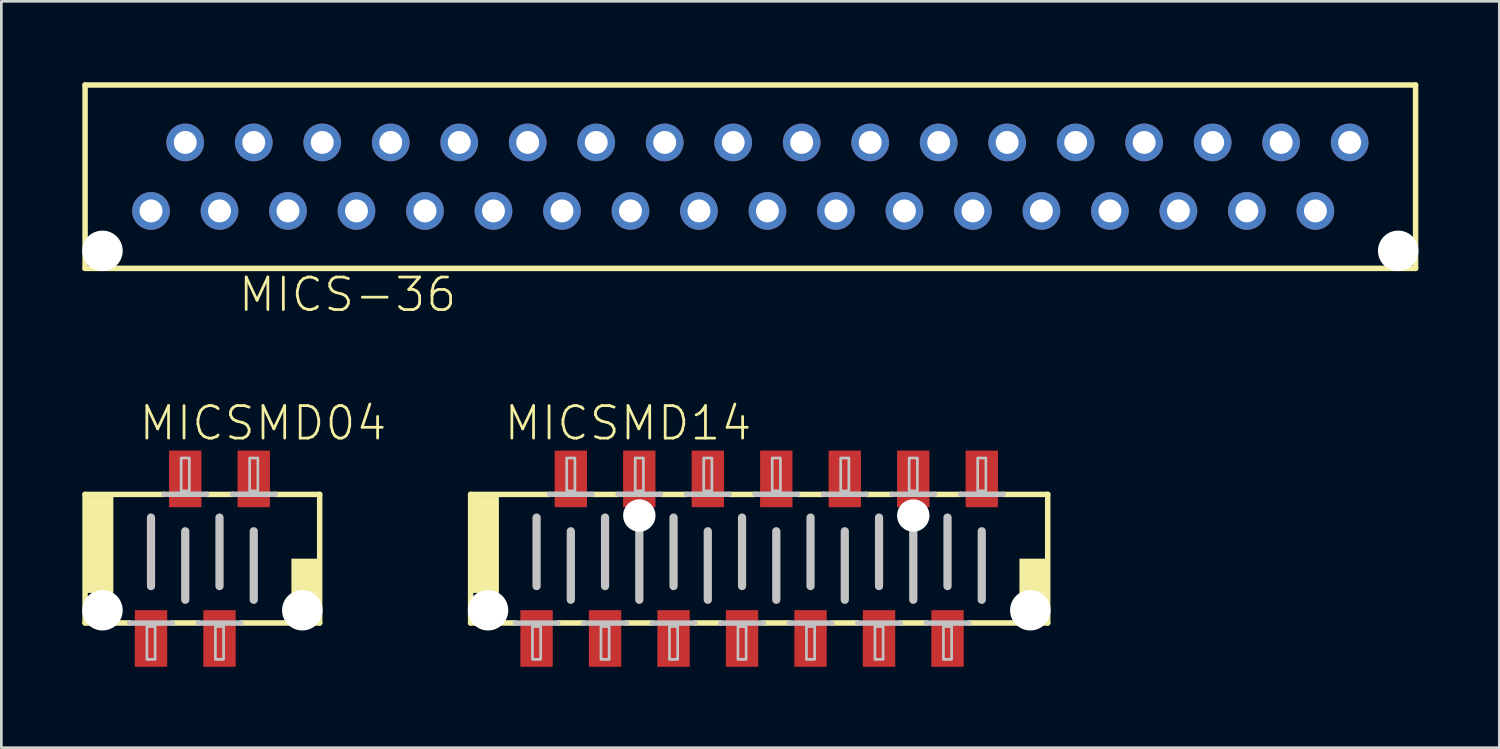
<source format=kicad_pcb>
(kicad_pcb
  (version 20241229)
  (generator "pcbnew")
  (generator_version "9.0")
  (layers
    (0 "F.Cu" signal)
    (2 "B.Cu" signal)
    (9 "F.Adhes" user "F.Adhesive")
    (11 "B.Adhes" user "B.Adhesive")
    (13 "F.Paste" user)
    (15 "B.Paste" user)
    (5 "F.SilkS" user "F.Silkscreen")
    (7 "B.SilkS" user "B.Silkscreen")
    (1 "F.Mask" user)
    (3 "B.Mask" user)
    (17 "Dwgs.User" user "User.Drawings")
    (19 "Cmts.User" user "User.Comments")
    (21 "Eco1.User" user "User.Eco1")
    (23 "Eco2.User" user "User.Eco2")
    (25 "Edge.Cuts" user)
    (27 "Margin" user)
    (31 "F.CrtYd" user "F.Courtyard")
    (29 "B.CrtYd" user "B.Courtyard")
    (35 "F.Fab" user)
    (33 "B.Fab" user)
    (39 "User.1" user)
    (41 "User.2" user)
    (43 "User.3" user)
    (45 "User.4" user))
  (footprint "MICSMD14"
    (layer "F.Cu")
    (at 25.103 17.668)
    (property "Reference" "MICSMD14" (at -9.525 -4.318 0) (layer "F.SilkS") (effects (font (size 1.206 1.206) (thickness 0.102)) (justify left bottom)))
    (attr through_hole)
    (fp_line (start -10.7 -2.384) (end -7.772 -2.384) (stroke (width 0.203) (type solid)) (layer "F.SilkS"))
    (fp_line (start -10.7 2.384) (end -10.7 -2.384) (stroke (width 0.203) (type solid)) (layer "F.SilkS"))
    (fp_line (start -9.042 2.384) (end -10.7 2.384) (stroke (width 0.203) (type solid)) (layer "F.SilkS"))
    (fp_line (start -6.502 2.384) (end -7.468 2.384) (stroke (width 0.203) (type solid)) (layer "F.SilkS"))
    (fp_line (start -6.198 -2.384) (end -5.232 -2.384) (stroke (width 0.203) (type solid)) (layer "F.SilkS"))
    (fp_line (start -3.962 2.384) (end -4.928 2.384) (stroke (width 0.203) (type solid)) (layer "F.SilkS"))
    (fp_line (start -3.658 -2.384) (end -2.692 -2.384) (stroke (width 0.203) (type solid)) (layer "F.SilkS"))
    (fp_line (start -1.422 2.384) (end -2.388 2.384) (stroke (width 0.203) (type solid)) (layer "F.SilkS"))
    (fp_line (start -1.118 -2.384) (end -0.152 -2.384) (stroke (width 0.203) (type solid)) (layer "F.SilkS"))
    (fp_line (start 1.118 2.384) (end 0.152 2.384) (stroke (width 0.203) (type solid)) (layer "F.SilkS"))
    (fp_line (start 1.422 -2.384) (end 2.388 -2.384) (stroke (width 0.203) (type solid)) (layer "F.SilkS"))
    (fp_line (start 3.658 2.384) (end 2.692 2.384) (stroke (width 0.203) (type solid)) (layer "F.SilkS"))
    (fp_line (start 3.962 -2.384) (end 4.928 -2.384) (stroke (width 0.203) (type solid)) (layer "F.SilkS"))
    (fp_line (start 6.198 2.384) (end 5.232 2.384) (stroke (width 0.203) (type solid)) (layer "F.SilkS"))
    (fp_line (start 6.502 -2.384) (end 7.468 -2.384) (stroke (width 0.203) (type solid)) (layer "F.SilkS"))
    (fp_line (start 9.042 -2.384) (end 10.7 -2.384) (stroke (width 0.203) (type solid)) (layer "F.SilkS"))
    (fp_line (start 10.7 -2.384) (end 10.7 2.384) (stroke (width 0.203) (type solid)) (layer "F.SilkS"))
    (fp_line (start 10.7 2.384) (end 7.772 2.384) (stroke (width 0.203) (type solid)) (layer "F.SilkS"))
    (fp_poly (pts (xy -10.668 1.27) (xy -9.652 1.27) (xy -9.652 -2.286) (xy -10.668 -2.286)) (stroke (width 0) (type solid)) (fill yes) (layer "F.SilkS"))
    (fp_poly (pts (xy 9.652 2.286) (xy 10.668 2.286) (xy 10.668 0) (xy 9.652 0)) (stroke (width 0) (type solid)) (fill yes) (layer "F.SilkS"))
    (fp_line (start -8.255 -1.524) (end -8.255 1.016) (stroke (width 0.305) (type solid)) (layer "Dwgs.User"))
    (fp_line (start -7.772 -2.388) (end -6.198 -2.388) (stroke (width 0.203) (type solid)) (layer "Dwgs.User"))
    (fp_line (start -7.468 2.388) (end -9.042 2.388) (stroke (width 0.203) (type solid)) (layer "Dwgs.User"))
    (fp_line (start -6.985 -1.016) (end -6.985 1.524) (stroke (width 0.305) (type solid)) (layer "Dwgs.User"))
    (fp_line (start -5.715 -1.524) (end -5.715 1.016) (stroke (width 0.305) (type solid)) (layer "Dwgs.User"))
    (fp_line (start -5.232 -2.388) (end -3.658 -2.388) (stroke (width 0.203) (type solid)) (layer "Dwgs.User"))
    (fp_line (start -4.928 2.388) (end -6.502 2.388) (stroke (width 0.203) (type solid)) (layer "Dwgs.User"))
    (fp_line (start -4.445 -1.016) (end -4.445 1.524) (stroke (width 0.305) (type solid)) (layer "Dwgs.User"))
    (fp_line (start -3.175 -1.524) (end -3.175 1.016) (stroke (width 0.305) (type solid)) (layer "Dwgs.User"))
    (fp_line (start -2.692 -2.388) (end -1.118 -2.388) (stroke (width 0.203) (type solid)) (layer "Dwgs.User"))
    (fp_line (start -2.388 2.388) (end -3.962 2.388) (stroke (width 0.203) (type solid)) (layer "Dwgs.User"))
    (fp_line (start -1.905 -1.016) (end -1.905 1.524) (stroke (width 0.305) (type solid)) (layer "Dwgs.User"))
    (fp_line (start -0.635 -1.524) (end -0.635 1.016) (stroke (width 0.305) (type solid)) (layer "Dwgs.User"))
    (fp_line (start -0.152 -2.388) (end 1.422 -2.388) (stroke (width 0.203) (type solid)) (layer "Dwgs.User"))
    (fp_line (start 0.152 2.388) (end -1.422 2.388) (stroke (width 0.203) (type solid)) (layer "Dwgs.User"))
    (fp_line (start 0.635 -1.016) (end 0.635 1.524) (stroke (width 0.305) (type solid)) (layer "Dwgs.User"))
    (fp_line (start 1.905 -1.524) (end 1.905 1.016) (stroke (width 0.305) (type solid)) (layer "Dwgs.User"))
    (fp_line (start 2.388 -2.388) (end 3.962 -2.388) (stroke (width 0.203) (type solid)) (layer "Dwgs.User"))
    (fp_line (start 2.692 2.388) (end 1.118 2.388) (stroke (width 0.203) (type solid)) (layer "Dwgs.User"))
    (fp_line (start 3.175 -1.016) (end 3.175 1.524) (stroke (width 0.305) (type solid)) (layer "Dwgs.User"))
    (fp_line (start 4.445 -1.524) (end 4.445 1.016) (stroke (width 0.305) (type solid)) (layer "Dwgs.User"))
    (fp_line (start 4.928 -2.388) (end 6.502 -2.388) (stroke (width 0.203) (type solid)) (layer "Dwgs.User"))
    (fp_line (start 5.232 2.388) (end 3.658 2.388) (stroke (width 0.203) (type solid)) (layer "Dwgs.User"))
    (fp_line (start 5.715 -1.016) (end 5.715 1.524) (stroke (width 0.305) (type solid)) (layer "Dwgs.User"))
    (fp_line (start 6.985 -1.524) (end 6.985 1.016) (stroke (width 0.305) (type solid)) (layer "Dwgs.User"))
    (fp_line (start 7.468 -2.388) (end 9.042 -2.388) (stroke (width 0.203) (type solid)) (layer "Dwgs.User"))
    (fp_line (start 7.772 2.388) (end 6.198 2.388) (stroke (width 0.203) (type solid)) (layer "Dwgs.User"))
    (fp_line (start 8.255 -1.016) (end 8.255 1.524) (stroke (width 0.305) (type solid)) (layer "Dwgs.User"))
    (fp_poly (pts (xy -8.407 3.734) (xy -8.103 3.734) (xy -8.103 2.515) (xy -8.407 2.515)) (stroke (width 0.1) (type solid)) (fill no) (layer "Dwgs.User"))
    (fp_poly (pts (xy -7.137 -2.515) (xy -6.833 -2.515) (xy -6.833 -3.734) (xy -7.137 -3.734)) (stroke (width 0.1) (type solid)) (fill no) (layer "Dwgs.User"))
    (fp_poly (pts (xy -5.867 3.734) (xy -5.563 3.734) (xy -5.563 2.515) (xy -5.867 2.515)) (stroke (width 0.1) (type solid)) (fill no) (layer "Dwgs.User"))
    (fp_poly (pts (xy -4.597 -2.515) (xy -4.293 -2.515) (xy -4.293 -3.734) (xy -4.597 -3.734)) (stroke (width 0.1) (type solid)) (fill no) (layer "Dwgs.User"))
    (fp_poly (pts (xy -3.327 3.734) (xy -3.023 3.734) (xy -3.023 2.515) (xy -3.327 2.515)) (stroke (width 0.1) (type solid)) (fill no) (layer "Dwgs.User"))
    (fp_poly (pts (xy -2.057 -2.515) (xy -1.753 -2.515) (xy -1.753 -3.734) (xy -2.057 -3.734)) (stroke (width 0.1) (type solid)) (fill no) (layer "Dwgs.User"))
    (fp_poly (pts (xy -0.787 3.734) (xy -0.483 3.734) (xy -0.483 2.515) (xy -0.787 2.515)) (stroke (width 0.1) (type solid)) (fill no) (layer "Dwgs.User"))
    (fp_poly (pts (xy 0.483 -2.515) (xy 0.787 -2.515) (xy 0.787 -3.734) (xy 0.483 -3.734)) (stroke (width 0.1) (type solid)) (fill no) (layer "Dwgs.User"))
    (fp_poly (pts (xy 1.753 3.734) (xy 2.057 3.734) (xy 2.057 2.515) (xy 1.753 2.515)) (stroke (width 0.1) (type solid)) (fill no) (layer "Dwgs.User"))
    (fp_poly (pts (xy 3.023 -2.515) (xy 3.327 -2.515) (xy 3.327 -3.734) (xy 3.023 -3.734)) (stroke (width 0.1) (type solid)) (fill no) (layer "Dwgs.User"))
    (fp_poly (pts (xy 4.293 3.734) (xy 4.597 3.734) (xy 4.597 2.515) (xy 4.293 2.515)) (stroke (width 0.1) (type solid)) (fill no) (layer "Dwgs.User"))
    (fp_poly (pts (xy 5.563 -2.515) (xy 5.867 -2.515) (xy 5.867 -3.734) (xy 5.563 -3.734)) (stroke (width 0.1) (type solid)) (fill no) (layer "Dwgs.User"))
    (fp_poly (pts (xy 6.833 3.734) (xy 7.137 3.734) (xy 7.137 2.515) (xy 6.833 2.515)) (stroke (width 0.1) (type solid)) (fill no) (layer "Dwgs.User"))
    (fp_poly (pts (xy 8.103 -2.515) (xy 8.407 -2.515) (xy 8.407 -3.734) (xy 8.103 -3.734)) (stroke (width 0.1) (type solid)) (fill no) (layer "Dwgs.User"))
    (pad "" np_thru_hole circle (at -10.055 1.912) (size 1.5 1.5) (drill 1.5) (layers "*.Cu"))
    (pad "" np_thru_hole circle (at -4.445 -1.6) (size 1.2 1.2) (drill 1.2) (layers "*.Cu"))
    (pad "" np_thru_hole circle (at 5.715 -1.6) (size 1.2 1.2) (drill 1.2) (layers "*.Cu"))
    (pad "" np_thru_hole circle (at 10.055 1.912) (size 1.5 1.5) (drill 1.5) (layers "*.Cu"))
    (pad "1" smd rect (at -8.255 2.959) (size 1.2 2.1) (layers "F.Cu" "F.Mask" "F.Paste"))
    (pad "2" smd rect (at -6.985 -2.959) (size 1.2 2.1) (layers "F.Cu" "F.Mask" "F.Paste"))
    (pad "3" smd rect (at -5.715 2.959) (size 1.2 2.1) (layers "F.Cu" "F.Mask" "F.Paste"))
    (pad "4" smd rect (at -4.445 -2.959) (size 1.2 2.1) (layers "F.Cu" "F.Mask" "F.Paste"))
    (pad "5" smd rect (at -3.175 2.959) (size 1.2 2.1) (layers "F.Cu" "F.Mask" "F.Paste"))
    (pad "6" smd rect (at -1.905 -2.959) (size 1.2 2.1) (layers "F.Cu" "F.Mask" "F.Paste"))
    (pad "7" smd rect (at -0.635 2.959) (size 1.2 2.1) (layers "F.Cu" "F.Mask" "F.Paste"))
    (pad "8" smd rect (at 0.635 -2.959) (size 1.2 2.1) (layers "F.Cu" "F.Mask" "F.Paste"))
    (pad "9" smd rect (at 1.905 2.959) (size 1.2 2.1) (layers "F.Cu" "F.Mask" "F.Paste"))
    (pad "10" smd rect (at 3.175 -2.959) (size 1.2 2.1) (layers "F.Cu" "F.Mask" "F.Paste"))
    (pad "11" smd rect (at 4.445 2.959) (size 1.2 2.1) (layers "F.Cu" "F.Mask" "F.Paste"))
    (pad "12" smd rect (at 5.715 -2.959) (size 1.2 2.1) (layers "F.Cu" "F.Mask" "F.Paste"))
    (pad "13" smd rect (at 6.985 2.959) (size 1.2 2.1) (layers "F.Cu" "F.Mask" "F.Paste"))
    (pad "14" smd rect (at 8.255 -2.959) (size 1.2 2.1) (layers "F.Cu" "F.Mask" "F.Paste")))
  (footprint "MICS-36"
    (layer "F.Cu")
    (at 24.775 3.502)
    (property "Reference" "MICS-36" (at -19.05 5.08 0) (layer "F.SilkS") (effects (font (size 1.206 1.206) (thickness 0.102)) (justify left bottom)))
    (attr through_hole)
    (fp_line (start -24.67 -3.4) (end 24.67 -3.4) (stroke (width 0.203) (type solid)) (layer "F.SilkS"))
    (fp_line (start -24.67 3.4) (end -24.67 -3.4) (stroke (width 0.203) (type solid)) (layer "F.SilkS"))
    (fp_line (start 24.67 -3.4) (end 24.67 3.4) (stroke (width 0.203) (type solid)) (layer "F.SilkS"))
    (fp_line (start 24.67 3.4) (end -24.67 3.4) (stroke (width 0.203) (type solid)) (layer "F.SilkS"))
    (pad "" np_thru_hole circle (at -24.025 2.75) (size 1.5 1.5) (drill 1.5) (layers "*.Cu"))
    (pad "" np_thru_hole circle (at 24.025 2.75) (size 1.5 1.5) (drill 1.5) (layers "*.Cu"))
    (pad "1" thru_hole circle (at -22.225 1.27) (size 1.397 1.397) (drill 0.85) (layers "*.Cu" "*.Mask"))
    (pad "2" thru_hole circle (at -20.955 -1.27) (size 1.397 1.397) (drill 0.85) (layers "*.Cu" "*.Mask"))
    (pad "3" thru_hole circle (at -19.685 1.27) (size 1.397 1.397) (drill 0.85) (layers "*.Cu" "*.Mask"))
    (pad "4" thru_hole circle (at -18.415 -1.27) (size 1.397 1.397) (drill 0.85) (layers "*.Cu" "*.Mask"))
    (pad "5" thru_hole circle (at -17.145 1.27) (size 1.397 1.397) (drill 0.85) (layers "*.Cu" "*.Mask"))
    (pad "6" thru_hole circle (at -15.875 -1.27) (size 1.397 1.397) (drill 0.85) (layers "*.Cu" "*.Mask"))
    (pad "7" thru_hole circle (at -14.605 1.27) (size 1.397 1.397) (drill 0.85) (layers "*.Cu" "*.Mask"))
    (pad "8" thru_hole circle (at -13.335 -1.27) (size 1.397 1.397) (drill 0.85) (layers "*.Cu" "*.Mask"))
    (pad "9" thru_hole circle (at -12.065 1.27) (size 1.397 1.397) (drill 0.85) (layers "*.Cu" "*.Mask"))
    (pad "10" thru_hole circle (at -10.795 -1.27) (size 1.397 1.397) (drill 0.85) (layers "*.Cu" "*.Mask"))
    (pad "11" thru_hole circle (at -9.525 1.27) (size 1.397 1.397) (drill 0.85) (layers "*.Cu" "*.Mask"))
    (pad "12" thru_hole circle (at -8.255 -1.27) (size 1.397 1.397) (drill 0.85) (layers "*.Cu" "*.Mask"))
    (pad "13" thru_hole circle (at -6.985 1.27) (size 1.397 1.397) (drill 0.85) (layers "*.Cu" "*.Mask"))
    (pad "14" thru_hole circle (at -5.715 -1.27) (size 1.397 1.397) (drill 0.85) (layers "*.Cu" "*.Mask"))
    (pad "15" thru_hole circle (at -4.445 1.27) (size 1.397 1.397) (drill 0.85) (layers "*.Cu" "*.Mask"))
    (pad "16" thru_hole circle (at -3.175 -1.27) (size 1.397 1.397) (drill 0.85) (layers "*.Cu" "*.Mask"))
    (pad "17" thru_hole circle (at -1.905 1.27) (size 1.397 1.397) (drill 0.85) (layers "*.Cu" "*.Mask"))
    (pad "18" thru_hole circle (at -0.635 -1.27) (size 1.397 1.397) (drill 0.85) (layers "*.Cu" "*.Mask"))
    (pad "19" thru_hole circle (at 0.635 1.27) (size 1.397 1.397) (drill 0.85) (layers "*.Cu" "*.Mask"))
    (pad "20" thru_hole circle (at 1.905 -1.27) (size 1.397 1.397) (drill 0.85) (layers "*.Cu" "*.Mask"))
    (pad "21" thru_hole circle (at 3.175 1.27) (size 1.397 1.397) (drill 0.85) (layers "*.Cu" "*.Mask"))
    (pad "22" thru_hole circle (at 4.445 -1.27) (size 1.397 1.397) (drill 0.85) (layers "*.Cu" "*.Mask"))
    (pad "23" thru_hole circle (at 5.715 1.27) (size 1.397 1.397) (drill 0.85) (layers "*.Cu" "*.Mask"))
    (pad "24" thru_hole circle (at 6.985 -1.27) (size 1.397 1.397) (drill 0.85) (layers "*.Cu" "*.Mask"))
    (pad "25" thru_hole circle (at 8.255 1.27) (size 1.397 1.397) (drill 0.85) (layers "*.Cu" "*.Mask"))
    (pad "26" thru_hole circle (at 9.525 -1.27) (size 1.397 1.397) (drill 0.85) (layers "*.Cu" "*.Mask"))
    (pad "27" thru_hole circle (at 10.795 1.27) (size 1.397 1.397) (drill 0.85) (layers "*.Cu" "*.Mask"))
    (pad "28" thru_hole circle (at 12.065 -1.27) (size 1.397 1.397) (drill 0.85) (layers "*.Cu" "*.Mask"))
    (pad "29" thru_hole circle (at 13.335 1.27) (size 1.397 1.397) (drill 0.85) (layers "*.Cu" "*.Mask"))
    (pad "30" thru_hole circle (at 14.605 -1.27) (size 1.397 1.397) (drill 0.85) (layers "*.Cu" "*.Mask"))
    (pad "31" thru_hole circle (at 15.875 1.27) (size 1.397 1.397) (drill 0.85) (layers "*.Cu" "*.Mask"))
    (pad "32" thru_hole circle (at 17.145 -1.27) (size 1.397 1.397) (drill 0.85) (layers "*.Cu" "*.Mask"))
    (pad "33" thru_hole circle (at 18.415 1.27) (size 1.397 1.397) (drill 0.85) (layers "*.Cu" "*.Mask"))
    (pad "34" thru_hole circle (at 19.685 -1.27) (size 1.397 1.397) (drill 0.85) (layers "*.Cu" "*.Mask"))
    (pad "35" thru_hole circle (at 20.955 1.27) (size 1.397 1.397) (drill 0.85) (layers "*.Cu" "*.Mask"))
    (pad "36" thru_hole circle (at 22.225 -1.27) (size 1.397 1.397) (drill 0.85) (layers "*.Cu" "*.Mask")))
  (footprint "MICSMD04"
    (layer "F.Cu")
    (at 4.455 17.668)
    (property "Reference" "MICSMD04" (at -2.413 -4.318 0) (layer "F.SilkS") (effects (font (size 1.206 1.206) (thickness 0.102)) (justify left bottom)))
    (attr through_hole)
    (fp_line (start -4.35 -2.384) (end -1.422 -2.384) (stroke (width 0.203) (type solid)) (layer "F.SilkS"))
    (fp_line (start -4.35 2.384) (end -4.35 -2.384) (stroke (width 0.203) (type solid)) (layer "F.SilkS"))
    (fp_line (start -2.692 2.384) (end -4.35 2.384) (stroke (width 0.203) (type solid)) (layer "F.SilkS"))
    (fp_line (start -0.152 2.384) (end -1.118 2.384) (stroke (width 0.203) (type solid)) (layer "F.SilkS"))
    (fp_line (start 0.152 -2.384) (end 1.118 -2.384) (stroke (width 0.203) (type solid)) (layer "F.SilkS"))
    (fp_line (start 2.692 -2.384) (end 4.35 -2.384) (stroke (width 0.203) (type solid)) (layer "F.SilkS"))
    (fp_line (start 4.35 -2.384) (end 4.35 2.384) (stroke (width 0.203) (type solid)) (layer "F.SilkS"))
    (fp_line (start 4.35 2.384) (end 1.422 2.384) (stroke (width 0.203) (type solid)) (layer "F.SilkS"))
    (fp_poly (pts (xy -4.318 1.27) (xy -3.302 1.27) (xy -3.302 -2.286) (xy -4.318 -2.286)) (stroke (width 0) (type solid)) (fill yes) (layer "F.SilkS"))
    (fp_poly (pts (xy 3.302 2.286) (xy 4.318 2.286) (xy 4.318 0) (xy 3.302 0)) (stroke (width 0) (type solid)) (fill yes) (layer "F.SilkS"))
    (fp_line (start -1.905 -1.524) (end -1.905 1.016) (stroke (width 0.305) (type solid)) (layer "Dwgs.User"))
    (fp_line (start -1.422 -2.388) (end 0.152 -2.388) (stroke (width 0.203) (type solid)) (layer "Dwgs.User"))
    (fp_line (start -1.118 2.388) (end -2.692 2.388) (stroke (width 0.203) (type solid)) (layer "Dwgs.User"))
    (fp_line (start -0.635 -1.016) (end -0.635 1.524) (stroke (width 0.305) (type solid)) (layer "Dwgs.User"))
    (fp_line (start 0.635 -1.524) (end 0.635 1.016) (stroke (width 0.305) (type solid)) (layer "Dwgs.User"))
    (fp_line (start 1.118 -2.388) (end 2.692 -2.388) (stroke (width 0.203) (type solid)) (layer "Dwgs.User"))
    (fp_line (start 1.422 2.388) (end -0.152 2.388) (stroke (width 0.203) (type solid)) (layer "Dwgs.User"))
    (fp_line (start 1.905 -1.016) (end 1.905 1.524) (stroke (width 0.305) (type solid)) (layer "Dwgs.User"))
    (fp_poly (pts (xy -2.057 3.734) (xy -1.753 3.734) (xy -1.753 2.515) (xy -2.057 2.515)) (stroke (width 0.1) (type solid)) (fill no) (layer "Dwgs.User"))
    (fp_poly (pts (xy -0.787 -2.515) (xy -0.483 -2.515) (xy -0.483 -3.734) (xy -0.787 -3.734)) (stroke (width 0.1) (type solid)) (fill no) (layer "Dwgs.User"))
    (fp_poly (pts (xy 0.483 3.734) (xy 0.787 3.734) (xy 0.787 2.515) (xy 0.483 2.515)) (stroke (width 0.1) (type solid)) (fill no) (layer "Dwgs.User"))
    (fp_poly (pts (xy 1.753 -2.515) (xy 2.057 -2.515) (xy 2.057 -3.734) (xy 1.753 -3.734)) (stroke (width 0.1) (type solid)) (fill no) (layer "Dwgs.User"))
    (pad "" np_thru_hole circle (at -3.705 1.912) (size 1.5 1.5) (drill 1.5) (layers "*.Cu"))
    (pad "" np_thru_hole circle (at 3.705 1.912) (size 1.5 1.5) (drill 1.5) (layers "*.Cu"))
    (pad "1" smd rect (at -1.905 2.959) (size 1.2 2.1) (layers "F.Cu" "F.Mask" "F.Paste"))
    (pad "2" smd rect (at -0.635 -2.959) (size 1.2 2.1) (layers "F.Cu" "F.Mask" "F.Paste"))
    (pad "3" smd rect (at 0.635 2.959) (size 1.2 2.1) (layers "F.Cu" "F.Mask" "F.Paste"))
    (pad "4" smd rect (at 1.905 -2.959) (size 1.2 2.1) (layers "F.Cu" "F.Mask" "F.Paste")))
  (gr_rect
    (start -3 -3)
    (end 52.55 24.677)
    (stroke (width 0.1) (type default))
    (fill no)
    (layer "Edge.Cuts")))
</source>
